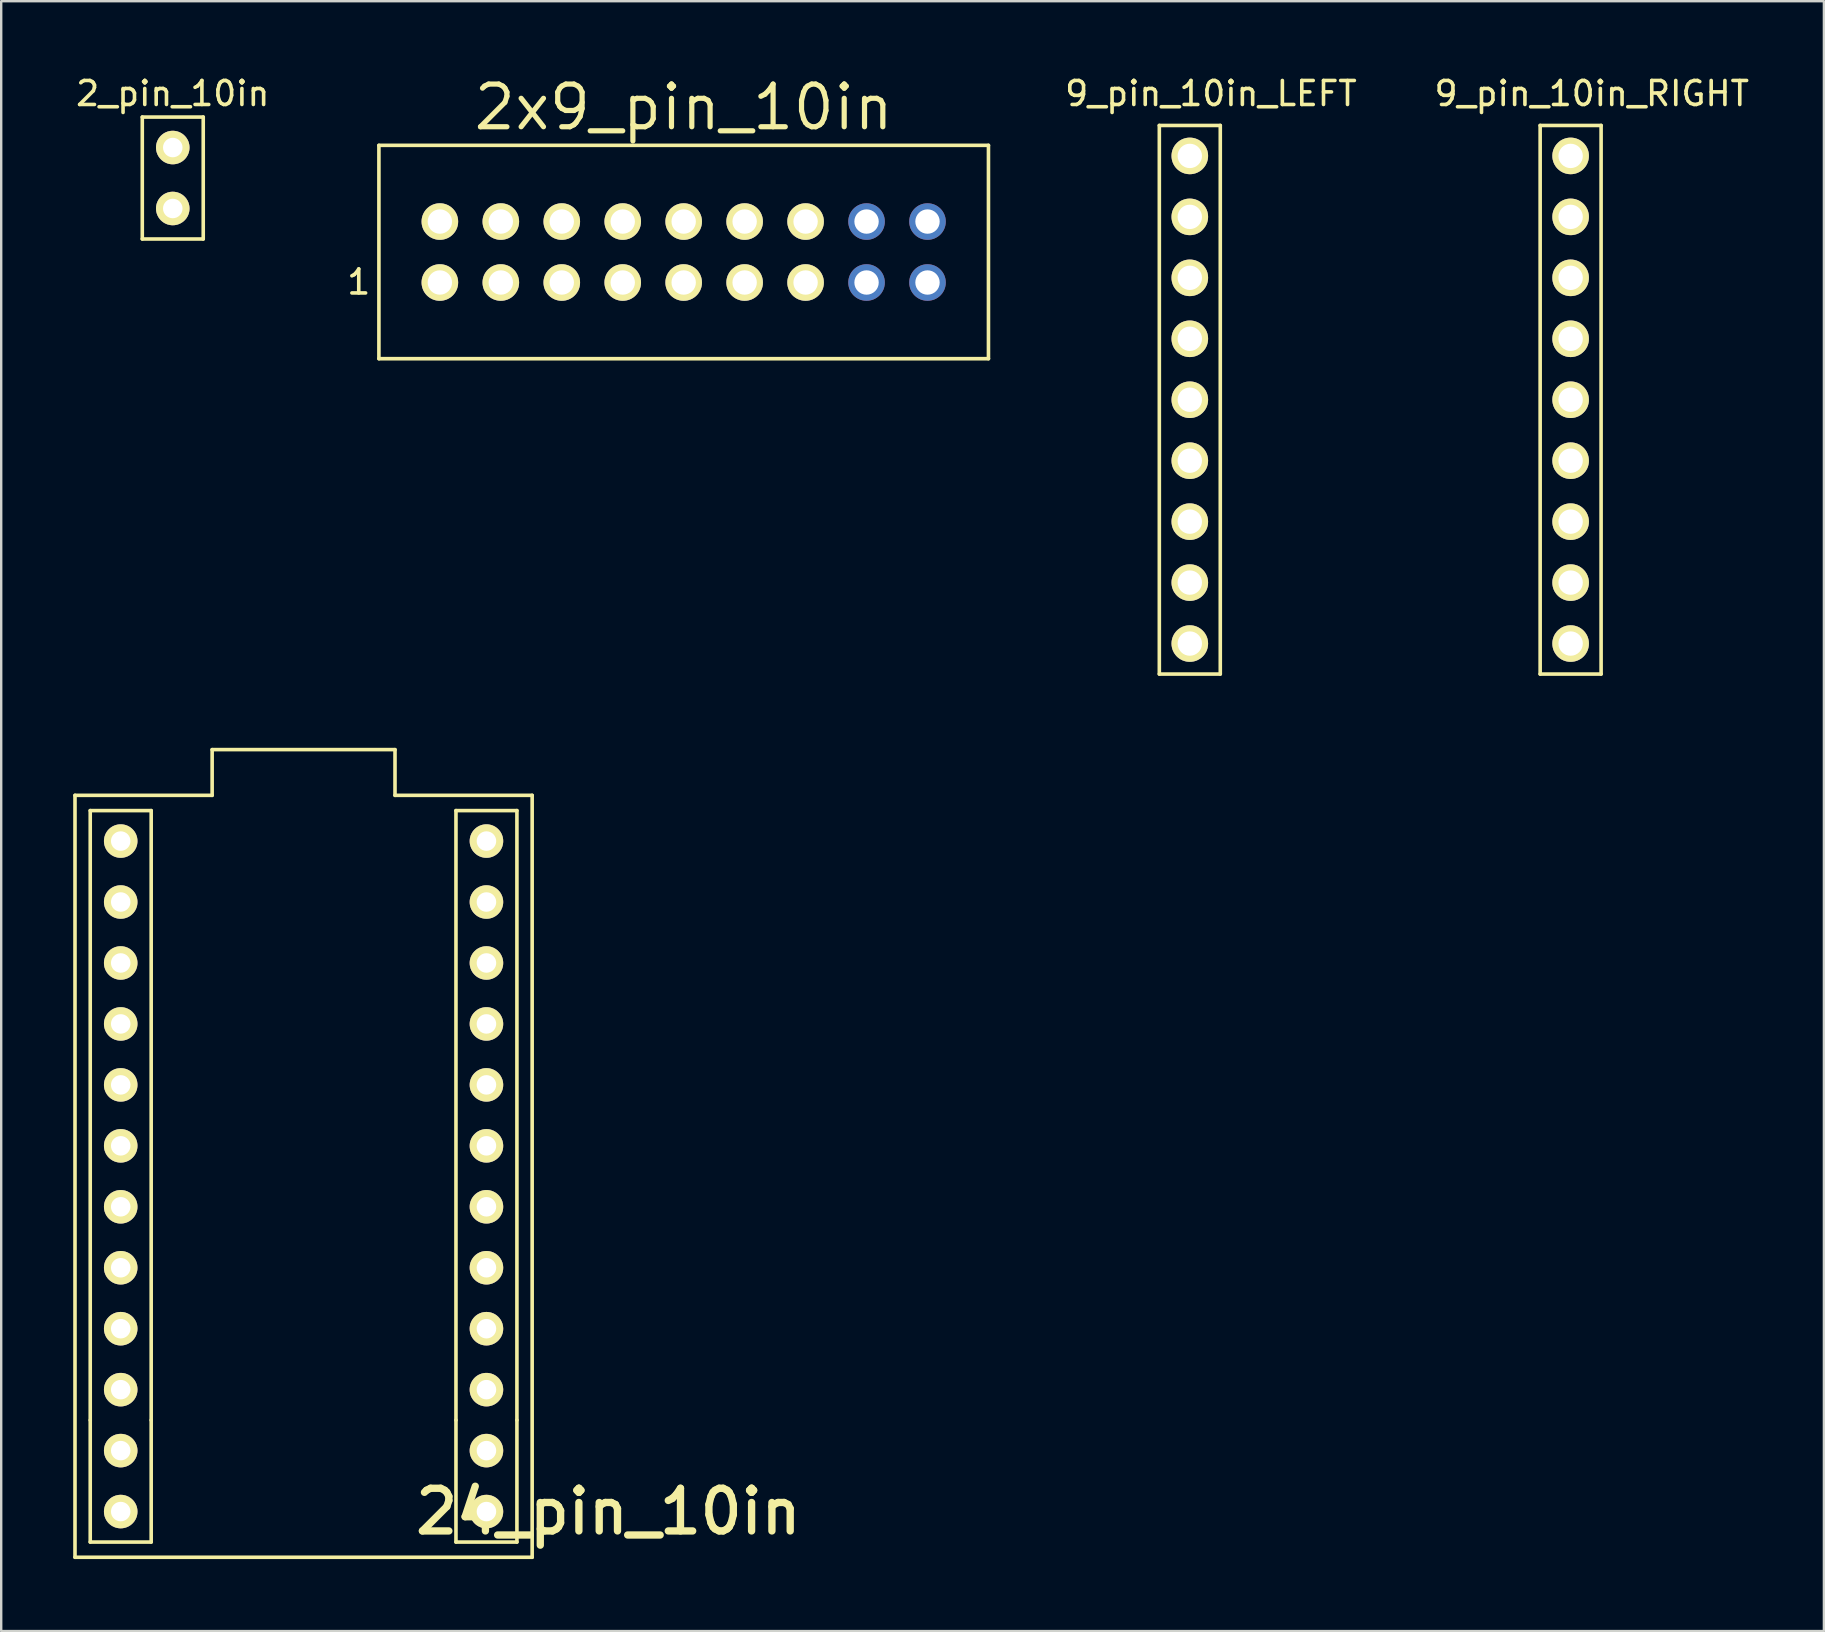
<source format=kicad_pcb>
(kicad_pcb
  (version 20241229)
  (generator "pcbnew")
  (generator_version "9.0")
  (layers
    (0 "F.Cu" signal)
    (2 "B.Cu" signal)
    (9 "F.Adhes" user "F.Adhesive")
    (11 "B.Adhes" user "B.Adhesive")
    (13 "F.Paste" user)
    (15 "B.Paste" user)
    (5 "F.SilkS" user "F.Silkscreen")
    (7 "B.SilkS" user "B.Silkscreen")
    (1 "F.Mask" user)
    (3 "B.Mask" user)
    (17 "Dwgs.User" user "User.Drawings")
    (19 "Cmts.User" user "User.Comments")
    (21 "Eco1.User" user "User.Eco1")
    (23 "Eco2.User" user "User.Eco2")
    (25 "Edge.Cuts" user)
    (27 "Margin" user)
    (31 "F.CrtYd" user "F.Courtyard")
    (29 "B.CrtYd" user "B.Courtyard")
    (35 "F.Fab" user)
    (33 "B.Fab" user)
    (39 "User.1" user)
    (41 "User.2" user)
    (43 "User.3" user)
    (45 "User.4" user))
  (footprint "2_pin_10in"
    (layer "F.Cu")
    (at 4.149 3.098)
    (property "Reference" "2_pin_10in" (at 0 -2.25 0) (layer "F.SilkS") (effects (font (size 1 1) (thickness 0.15))))
    (attr through_hole)
    (fp_line (start -1.27 -1.27) (end -1.27 3.81) (stroke (width 0.15) (type solid)) (layer "F.SilkS"))
    (fp_line (start -1.27 -1.27) (end 1.27 -1.27) (stroke (width 0.15) (type solid)) (layer "F.SilkS"))
    (fp_line (start -1.27 3.81) (end 1.27 3.81) (stroke (width 0.15) (type solid)) (layer "F.SilkS"))
    (fp_line (start 1.27 3.81) (end 1.27 -1.27) (stroke (width 0.15) (type solid)) (layer "F.SilkS"))
    (pad "1" thru_hole circle (at 0 0 270) (size 1.397 1.397) (drill 0.813) (layers "*.Cu" "*.Mask" "F.SilkS"))
    (pad "2" thru_hole circle (at 0 2.54 270) (size 1.397 1.397) (drill 0.813) (layers "*.Cu" "*.Mask" "F.SilkS")))
  (footprint "2x9_pin_10in"
    (layer "F.Cu")
    (at 25.439 7.452)
    (property "Reference" "2x9_pin_10in" (at 0 -6.032 0) (layer "F.SilkS") (effects (font (size 1.778 1.778) (thickness 0.216))))
    (attr through_hole)
    (fp_line (start -12.7 -4.445) (end -12.7 4.445) (stroke (width 0.15) (type solid)) (layer "F.SilkS"))
    (fp_line (start -12.7 4.445) (end 12.7 4.445) (stroke (width 0.15) (type solid)) (layer "F.SilkS"))
    (fp_line (start 12.7 -4.445) (end -12.7 -4.445) (stroke (width 0.15) (type solid)) (layer "F.SilkS"))
    (fp_line (start 12.7 4.445) (end 12.7 -4.445) (stroke (width 0.15) (type solid)) (layer "F.SilkS"))
    (fp_text user "1" (at -13.54 1.25 0) (layer "F.SilkS") (effects (font (size 1 1) (thickness 0.15))))
    (pad "1" thru_hole circle (at -10.16 1.27) (size 1.524 1.524) (drill 1.016) (layers "*.Cu" "*.Mask" "F.SilkS"))
    (pad "2" thru_hole circle (at -10.16 -1.27) (size 1.524 1.524) (drill 1.016) (layers "*.Cu" "*.Mask" "F.SilkS"))
    (pad "3" thru_hole circle (at -7.62 1.27) (size 1.524 1.524) (drill 1.016) (layers "*.Cu" "*.Mask" "F.SilkS"))
    (pad "4" thru_hole circle (at -7.62 -1.27) (size 1.524 1.524) (drill 1.016) (layers "*.Cu" "*.Mask" "F.SilkS"))
    (pad "5" thru_hole circle (at -5.08 1.27) (size 1.524 1.524) (drill 1.016) (layers "*.Cu" "*.Mask" "F.SilkS"))
    (pad "6" thru_hole circle (at -5.08 -1.27) (size 1.524 1.524) (drill 1.016) (layers "*.Cu" "*.Mask" "F.SilkS"))
    (pad "7" thru_hole circle (at -2.54 1.27) (size 1.524 1.524) (drill 1.016) (layers "*.Cu" "*.Mask" "F.SilkS"))
    (pad "8" thru_hole circle (at -2.54 -1.27) (size 1.524 1.524) (drill 1.016) (layers "*.Cu" "*.Mask" "F.SilkS"))
    (pad "9" thru_hole circle (at 0 1.27) (size 1.524 1.524) (drill 1.016) (layers "*.Cu" "*.Mask" "F.SilkS"))
    (pad "10" thru_hole circle (at 0 -1.27) (size 1.524 1.524) (drill 1.016) (layers "*.Cu" "*.Mask" "F.SilkS"))
    (pad "11" thru_hole circle (at 2.54 1.27) (size 1.524 1.524) (drill 1.016) (layers "*.Cu" "*.Mask" "F.SilkS"))
    (pad "12" thru_hole circle (at 2.54 -1.27) (size 1.524 1.524) (drill 1.016) (layers "*.Cu" "*.Mask" "F.SilkS"))
    (pad "13" thru_hole circle (at 5.08 1.27) (size 1.524 1.524) (drill 1.016) (layers "*.Cu" "*.Mask" "F.SilkS"))
    (pad "14" thru_hole circle (at 5.08 -1.27) (size 1.524 1.524) (drill 1.016) (layers "*.Cu" "*.Mask" "F.SilkS"))
    (pad "15" thru_hole circle (at 7.62 1.27) (size 1.524 1.524) (drill 1.016) (layers "*.Cu" "*.Mask"))
    (pad "16" thru_hole circle (at 7.62 -1.27) (size 1.524 1.524) (drill 1.016) (layers "*.Cu" "*.Mask"))
    (pad "17" thru_hole circle (at 10.16 1.27) (size 1.524 1.524) (drill 1.016) (layers "*.Cu" "*.Mask"))
    (pad "18" thru_hole circle (at 10.16 -1.27) (size 1.524 1.524) (drill 1.016) (layers "*.Cu" "*.Mask")))
  (footprint "9_pin_10in_LEFT"
    (layer "F.Cu")
    (at 46.14 13.548)
    (property "Reference" "9_pin_10in_LEFT" (at 1.27 -12.7 0) (layer "F.SilkS") (effects (font (size 1 1) (thickness 0.15))))
    (attr through_hole)
    (fp_line (start -0.881 -11.371) (end -0.881 11.489) (stroke (width 0.15) (type solid)) (layer "F.SilkS"))
    (fp_line (start -0.881 11.489) (end 1.659 11.489) (stroke (width 0.15) (type solid)) (layer "F.SilkS"))
    (fp_line (start 1.659 -11.371) (end -0.881 -11.371) (stroke (width 0.15) (type solid)) (layer "F.SilkS"))
    (fp_line (start 1.659 11.489) (end 1.659 -11.371) (stroke (width 0.15) (type solid)) (layer "F.SilkS"))
    (pad "1" thru_hole circle (at 0.389 -10.101 270) (size 1.524 1.524) (drill 1.016) (layers "*.Cu" "*.Mask" "F.SilkS"))
    (pad "3" thru_hole circle (at 0.389 -7.561 270) (size 1.524 1.524) (drill 1.016) (layers "*.Cu" "*.Mask" "F.SilkS"))
    (pad "5" thru_hole circle (at 0.389 -5.021 270) (size 1.524 1.524) (drill 1.016) (layers "*.Cu" "*.Mask" "F.SilkS"))
    (pad "7" thru_hole circle (at 0.389 -2.481 270) (size 1.524 1.524) (drill 1.016) (layers "*.Cu" "*.Mask" "F.SilkS"))
    (pad "9" thru_hole circle (at 0.389 0.059 270) (size 1.524 1.524) (drill 1.016) (layers "*.Cu" "*.Mask" "F.SilkS"))
    (pad "11" thru_hole circle (at 0.389 2.599 270) (size 1.524 1.524) (drill 1.016) (layers "*.Cu" "*.Mask" "F.SilkS"))
    (pad "13" thru_hole circle (at 0.389 5.139 270) (size 1.524 1.524) (drill 1.016) (layers "*.Cu" "*.Mask" "F.SilkS"))
    (pad "15" thru_hole circle (at 0.389 7.679 270) (size 1.524 1.524) (drill 1.016) (layers "*.Cu" "*.Mask" "F.SilkS"))
    (pad "17" thru_hole circle (at 0.389 10.219 270) (size 1.524 1.524) (drill 1.016) (layers "*.Cu" "*.Mask" "F.SilkS")))
  (footprint "24_pin_10in"
    (layer "F.Cu")
    (at 9.6 45.967)
    (property "Reference" "24_pin_10in" (at 12.7 13.97 0) (layer "F.SilkS") (effects (font (size 1.778 1.778) (thickness 0.305))))
    (attr through_hole)
    (fp_line (start -9.525 -15.875) (end -9.525 15.875) (stroke (width 0.15) (type solid)) (layer "F.SilkS"))
    (fp_line (start -9.525 15.875) (end 9.525 15.875) (stroke (width 0.15) (type solid)) (layer "F.SilkS"))
    (fp_line (start -8.89 -15.24) (end -8.89 10.16) (stroke (width 0.15) (type solid)) (layer "F.SilkS"))
    (fp_line (start -8.89 -15.24) (end -6.35 -15.24) (stroke (width 0.15) (type solid)) (layer "F.SilkS"))
    (fp_line (start -8.89 10.16) (end -8.89 15.24) (stroke (width 0.15) (type solid)) (layer "F.SilkS"))
    (fp_line (start -8.89 15.24) (end -6.35 15.24) (stroke (width 0.15) (type solid)) (layer "F.SilkS"))
    (fp_line (start -6.35 10.16) (end -6.35 -15.24) (stroke (width 0.15) (type solid)) (layer "F.SilkS"))
    (fp_line (start -6.35 15.24) (end -6.35 10.16) (stroke (width 0.15) (type solid)) (layer "F.SilkS"))
    (fp_line (start -3.81 -17.78) (end -3.81 -15.875) (stroke (width 0.15) (type solid)) (layer "F.SilkS"))
    (fp_line (start -3.81 -15.875) (end -9.525 -15.875) (stroke (width 0.15) (type solid)) (layer "F.SilkS"))
    (fp_line (start 3.81 -17.78) (end -3.81 -17.78) (stroke (width 0.15) (type solid)) (layer "F.SilkS"))
    (fp_line (start 3.81 -15.875) (end 3.81 -17.78) (stroke (width 0.15) (type solid)) (layer "F.SilkS"))
    (fp_line (start 6.35 -15.24) (end 6.35 10.16) (stroke (width 0.15) (type solid)) (layer "F.SilkS"))
    (fp_line (start 6.35 -15.24) (end 8.89 -15.24) (stroke (width 0.15) (type solid)) (layer "F.SilkS"))
    (fp_line (start 6.35 10.16) (end 6.35 15.24) (stroke (width 0.15) (type solid)) (layer "F.SilkS"))
    (fp_line (start 6.35 15.24) (end 8.89 15.24) (stroke (width 0.15) (type solid)) (layer "F.SilkS"))
    (fp_line (start 8.89 10.16) (end 8.89 -15.24) (stroke (width 0.15) (type solid)) (layer "F.SilkS"))
    (fp_line (start 8.89 15.24) (end 8.89 10.16) (stroke (width 0.15) (type solid)) (layer "F.SilkS"))
    (fp_line (start 9.525 -15.875) (end 3.81 -15.875) (stroke (width 0.15) (type solid)) (layer "F.SilkS"))
    (fp_line (start 9.525 15.875) (end 9.525 -15.875) (stroke (width 0.15) (type solid)) (layer "F.SilkS"))
    (pad "1" thru_hole circle (at -7.62 -13.97 270) (size 1.397 1.397) (drill 0.813) (layers "*.Cu" "*.Mask" "F.SilkS"))
    (pad "2" thru_hole circle (at 7.62 -13.97 270) (size 1.397 1.397) (drill 0.813) (layers "*.Cu" "*.Mask" "F.SilkS"))
    (pad "3" thru_hole circle (at -7.62 -11.43 270) (size 1.397 1.397) (drill 0.813) (layers "*.Cu" "*.Mask" "F.SilkS"))
    (pad "4" thru_hole circle (at 7.62 -11.43 270) (size 1.397 1.397) (drill 0.813) (layers "*.Cu" "*.Mask" "F.SilkS"))
    (pad "5" thru_hole circle (at -7.62 -8.89 270) (size 1.397 1.397) (drill 0.813) (layers "*.Cu" "*.Mask" "F.SilkS"))
    (pad "6" thru_hole circle (at 7.62 -8.89 270) (size 1.397 1.397) (drill 0.813) (layers "*.Cu" "*.Mask" "F.SilkS"))
    (pad "7" thru_hole circle (at -7.62 -6.35 270) (size 1.397 1.397) (drill 0.813) (layers "*.Cu" "*.Mask" "F.SilkS"))
    (pad "8" thru_hole circle (at 7.62 -6.35 270) (size 1.397 1.397) (drill 0.813) (layers "*.Cu" "*.Mask" "F.SilkS"))
    (pad "9" thru_hole circle (at -7.62 -3.81 270) (size 1.397 1.397) (drill 0.813) (layers "*.Cu" "*.Mask" "F.SilkS"))
    (pad "10" thru_hole circle (at 7.62 -3.81 270) (size 1.397 1.397) (drill 0.813) (layers "*.Cu" "*.Mask" "F.SilkS"))
    (pad "11" thru_hole circle (at -7.62 -1.27 270) (size 1.397 1.397) (drill 0.813) (layers "*.Cu" "*.Mask" "F.SilkS"))
    (pad "12" thru_hole circle (at 7.62 -1.27 270) (size 1.397 1.397) (drill 0.813) (layers "*.Cu" "*.Mask" "F.SilkS"))
    (pad "13" thru_hole circle (at -7.62 1.27 270) (size 1.397 1.397) (drill 0.813) (layers "*.Cu" "*.Mask" "F.SilkS"))
    (pad "14" thru_hole circle (at 7.62 1.27 270) (size 1.397 1.397) (drill 0.813) (layers "*.Cu" "*.Mask" "F.SilkS"))
    (pad "15" thru_hole circle (at -7.62 3.81 270) (size 1.397 1.397) (drill 0.813) (layers "*.Cu" "*.Mask" "F.SilkS"))
    (pad "16" thru_hole circle (at 7.62 3.81 270) (size 1.397 1.397) (drill 0.813) (layers "*.Cu" "*.Mask" "F.SilkS"))
    (pad "17" thru_hole circle (at -7.62 6.35 270) (size 1.397 1.397) (drill 0.813) (layers "*.Cu" "*.Mask" "F.SilkS"))
    (pad "18" thru_hole circle (at 7.62 6.35 270) (size 1.397 1.397) (drill 0.813) (layers "*.Cu" "*.Mask" "F.SilkS"))
    (pad "19" thru_hole circle (at -7.62 8.89 270) (size 1.397 1.397) (drill 0.813) (layers "*.Cu" "*.Mask" "F.SilkS"))
    (pad "20" thru_hole circle (at 7.62 8.89 270) (size 1.397 1.397) (drill 0.813) (layers "*.Cu" "*.Mask" "F.SilkS"))
    (pad "21" thru_hole circle (at -7.62 11.43 270) (size 1.397 1.397) (drill 0.813) (layers "*.Cu" "*.Mask" "F.SilkS"))
    (pad "22" thru_hole circle (at 7.62 11.43 270) (size 1.397 1.397) (drill 0.813) (layers "*.Cu" "*.Mask" "F.SilkS"))
    (pad "23" thru_hole circle (at -7.62 13.97 270) (size 1.397 1.397) (drill 0.813) (layers "*.Cu" "*.Mask" "F.SilkS"))
    (pad "24" thru_hole circle (at 7.62 13.97 270) (size 1.397 1.397) (drill 0.813) (layers "*.Cu" "*.Mask" "F.SilkS")))
  (footprint "9_pin_10in_RIGHT"
    (layer "F.Cu")
    (at 62.009 13.548)
    (property "Reference" "9_pin_10in_RIGHT" (at 1.27 -12.7 0) (layer "F.SilkS") (effects (font (size 1 1) (thickness 0.15))))
    (attr through_hole)
    (fp_line (start -0.881 -11.371) (end -0.881 11.489) (stroke (width 0.15) (type solid)) (layer "F.SilkS"))
    (fp_line (start -0.881 11.489) (end 1.659 11.489) (stroke (width 0.15) (type solid)) (layer "F.SilkS"))
    (fp_line (start 1.659 -11.371) (end -0.881 -11.371) (stroke (width 0.15) (type solid)) (layer "F.SilkS"))
    (fp_line (start 1.659 11.489) (end 1.659 -11.371) (stroke (width 0.15) (type solid)) (layer "F.SilkS"))
    (pad "2" thru_hole circle (at 0.389 -10.101 270) (size 1.524 1.524) (drill 1.016) (layers "*.Cu" "*.Mask" "F.SilkS"))
    (pad "4" thru_hole circle (at 0.389 -7.561 270) (size 1.524 1.524) (drill 1.016) (layers "*.Cu" "*.Mask" "F.SilkS"))
    (pad "6" thru_hole circle (at 0.389 -5.021 270) (size 1.524 1.524) (drill 1.016) (layers "*.Cu" "*.Mask" "F.SilkS"))
    (pad "8" thru_hole circle (at 0.389 -2.481 270) (size 1.524 1.524) (drill 1.016) (layers "*.Cu" "*.Mask" "F.SilkS"))
    (pad "10" thru_hole circle (at 0.389 0.059 270) (size 1.524 1.524) (drill 1.016) (layers "*.Cu" "*.Mask" "F.SilkS"))
    (pad "12" thru_hole circle (at 0.389 2.599 270) (size 1.524 1.524) (drill 1.016) (layers "*.Cu" "*.Mask" "F.SilkS"))
    (pad "14" thru_hole circle (at 0.389 5.139 270) (size 1.524 1.524) (drill 1.016) (layers "*.Cu" "*.Mask" "F.SilkS"))
    (pad "16" thru_hole circle (at 0.389 7.679 270) (size 1.524 1.524) (drill 1.016) (layers "*.Cu" "*.Mask" "F.SilkS"))
    (pad "18" thru_hole circle (at 0.389 10.219 270) (size 1.524 1.524) (drill 1.016) (layers "*.Cu" "*.Mask" "F.SilkS")))
  (gr_rect
    (start -3 -3)
    (end 72.952 64.917)
    (stroke (width 0.1) (type default))
    (fill no)
    (layer "Edge.Cuts")))
</source>
